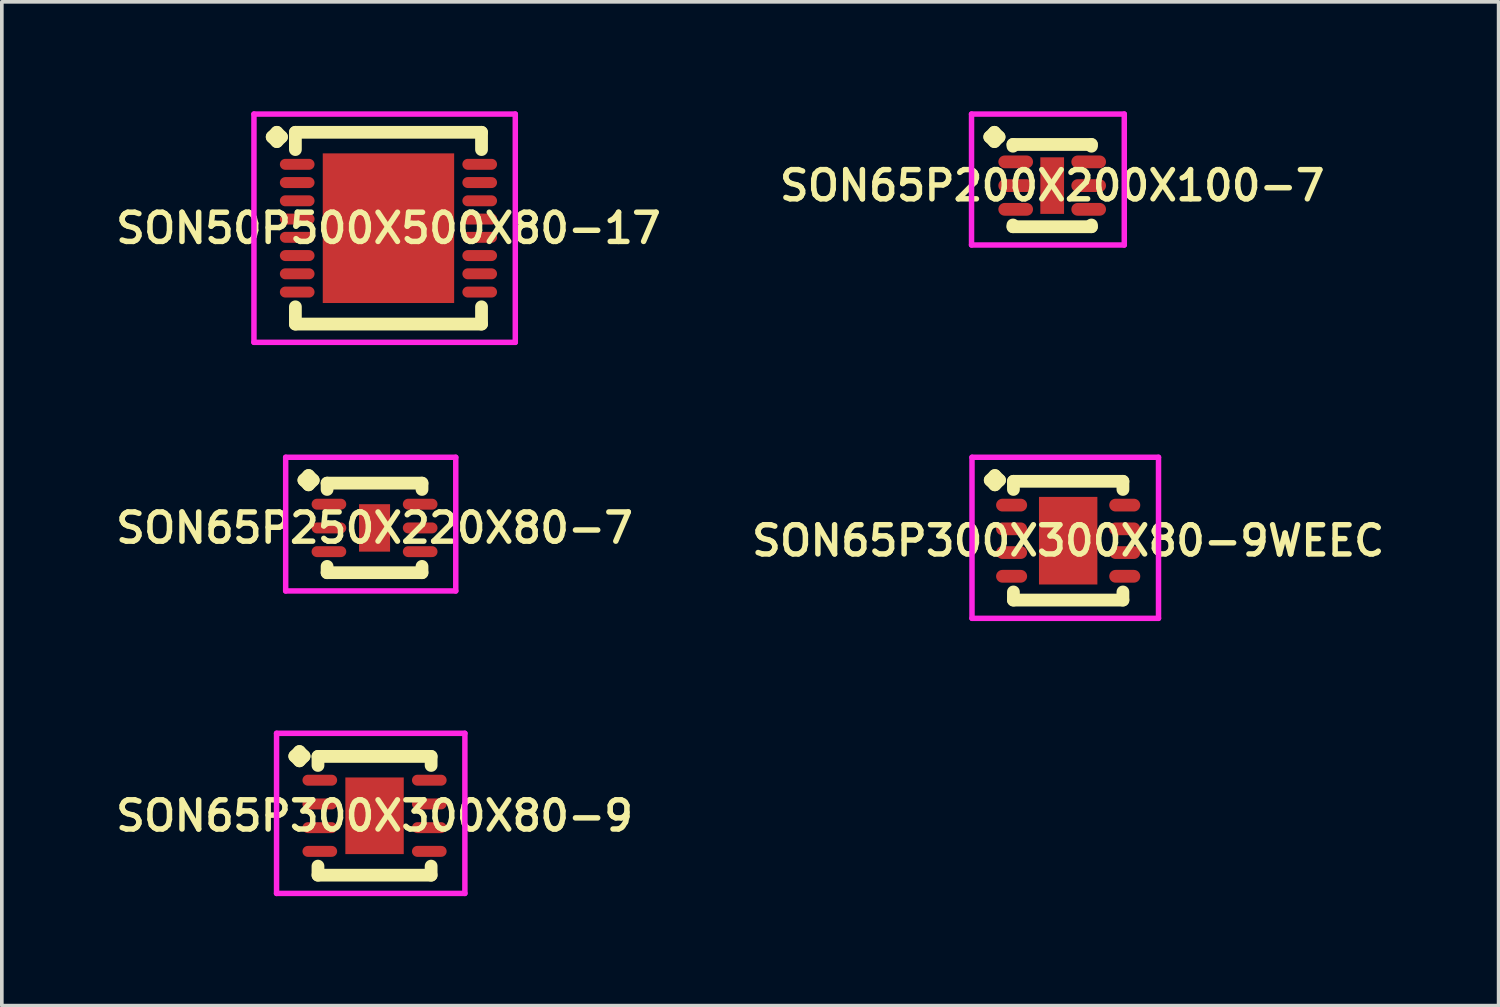
<source format=kicad_pcb>
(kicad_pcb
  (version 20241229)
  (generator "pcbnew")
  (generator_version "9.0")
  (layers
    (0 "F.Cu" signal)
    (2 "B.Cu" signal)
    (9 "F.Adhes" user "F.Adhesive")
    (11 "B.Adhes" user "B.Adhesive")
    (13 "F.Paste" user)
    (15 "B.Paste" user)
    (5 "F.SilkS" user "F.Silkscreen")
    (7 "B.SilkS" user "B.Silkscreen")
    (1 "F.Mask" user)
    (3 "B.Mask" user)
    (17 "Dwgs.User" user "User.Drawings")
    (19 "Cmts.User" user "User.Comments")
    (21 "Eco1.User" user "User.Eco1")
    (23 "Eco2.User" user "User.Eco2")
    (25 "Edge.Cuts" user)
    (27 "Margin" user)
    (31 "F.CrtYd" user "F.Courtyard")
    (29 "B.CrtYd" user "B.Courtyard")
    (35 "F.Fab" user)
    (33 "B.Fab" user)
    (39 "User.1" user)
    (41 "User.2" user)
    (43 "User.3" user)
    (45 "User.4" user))
  (footprint "SON50P500X500X80-17"
    (layer "F.Cu")
    (at 7.593 3.202)
    (property "Reference" "SON50P500X500X80-17" (at 0 0 0) (layer "F.SilkS") (effects (font (size 0.8 0.8) (thickness 0.15))))
    (attr through_hole)
    (fp_line (start -3.185 -2.5) (end -3.058 -2.627) (stroke (width 0.35) (type solid)) (layer "F.SilkS"))
    (fp_line (start -3.058 -2.627) (end -2.931 -2.5) (stroke (width 0.35) (type solid)) (layer "F.SilkS"))
    (fp_line (start -3.058 -2.373) (end -3.185 -2.5) (stroke (width 0.35) (type solid)) (layer "F.SilkS"))
    (fp_line (start -2.931 -2.5) (end -3.058 -2.373) (stroke (width 0.35) (type solid)) (layer "F.SilkS"))
    (fp_line (start -2.55 -2.627) (end 2.55 -2.627) (stroke (width 0.35) (type solid)) (layer "F.SilkS"))
    (fp_line (start -2.55 -2.154) (end -2.55 -2.627) (stroke (width 0.35) (type solid)) (layer "F.SilkS"))
    (fp_line (start -2.55 2.154) (end -2.55 2.627) (stroke (width 0.35) (type solid)) (layer "F.SilkS"))
    (fp_line (start -2.55 2.627) (end 2.55 2.627) (stroke (width 0.35) (type solid)) (layer "F.SilkS"))
    (fp_line (start 2.55 -2.627) (end 2.55 -2.154) (stroke (width 0.35) (type solid)) (layer "F.SilkS"))
    (fp_line (start 2.55 2.627) (end 2.55 2.154) (stroke (width 0.35) (type solid)) (layer "F.SilkS"))
    (fp_line (start -3.685 -3.127) (end 3.475 -3.127) (stroke (width 0.15) (type solid)) (layer "F.CrtYd"))
    (fp_line (start -3.685 3.127) (end -3.685 -3.127) (stroke (width 0.15) (type solid)) (layer "F.CrtYd"))
    (fp_line (start 3.475 -3.127) (end 3.475 3.127) (stroke (width 0.15) (type solid)) (layer "F.CrtYd"))
    (fp_line (start 3.475 3.127) (end -3.685 3.127) (stroke (width 0.15) (type solid)) (layer "F.CrtYd"))
    (pad "1" smd oval (at -2.5 -1.75) (size 0.95 0.3) (layers "F.Cu" "F.Mask" "F.Paste"))
    (pad "2" smd oval (at -2.5 -1.25) (size 0.95 0.3) (layers "F.Cu" "F.Mask" "F.Paste"))
    (pad "3" smd oval (at -2.5 -0.75) (size 0.95 0.3) (layers "F.Cu" "F.Mask" "F.Paste"))
    (pad "4" smd oval (at -2.5 -0.25) (size 0.95 0.3) (layers "F.Cu" "F.Mask" "F.Paste"))
    (pad "5" smd oval (at -2.5 0.25) (size 0.95 0.3) (layers "F.Cu" "F.Mask" "F.Paste"))
    (pad "6" smd oval (at -2.5 0.75) (size 0.95 0.3) (layers "F.Cu" "F.Mask" "F.Paste"))
    (pad "7" smd oval (at -2.5 1.25) (size 0.95 0.3) (layers "F.Cu" "F.Mask" "F.Paste"))
    (pad "8" smd oval (at -2.5 1.75) (size 0.95 0.3) (layers "F.Cu" "F.Mask" "F.Paste"))
    (pad "9" smd oval (at 2.5 1.75) (size 0.95 0.3) (layers "F.Cu" "F.Mask" "F.Paste"))
    (pad "10" smd oval (at 2.5 1.25) (size 0.95 0.3) (layers "F.Cu" "F.Mask" "F.Paste"))
    (pad "11" smd oval (at 2.5 0.75) (size 0.95 0.3) (layers "F.Cu" "F.Mask" "F.Paste"))
    (pad "12" smd oval (at 2.5 0.25) (size 0.95 0.3) (layers "F.Cu" "F.Mask" "F.Paste"))
    (pad "13" smd oval (at 2.5 -0.25) (size 0.95 0.3) (layers "F.Cu" "F.Mask" "F.Paste"))
    (pad "14" smd oval (at 2.5 -0.75) (size 0.95 0.3) (layers "F.Cu" "F.Mask" "F.Paste"))
    (pad "15" smd oval (at 2.5 -1.25) (size 0.95 0.3) (layers "F.Cu" "F.Mask" "F.Paste"))
    (pad "16" smd oval (at 2.5 -1.75) (size 0.95 0.3) (layers "F.Cu" "F.Mask" "F.Paste"))
    (pad "17" smd rect (at 0 0) (size 3.6 4.1) (layers "F.Cu" "F.Mask" "F.Paste")))
  (footprint "SON65P300X300X80-9WEEC"
    (layer "F.Cu")
    (at 26.216 11.764)
    (property "Reference" "SON65P300X300X80-9WEEC" (at 0 0 0) (layer "F.SilkS") (effects (font (size 0.8 0.8) (thickness 0.15))))
    (attr through_hole)
    (fp_line (start -2.135 -1.658) (end -2.008 -1.785) (stroke (width 0.35) (type solid)) (layer "F.SilkS"))
    (fp_line (start -2.008 -1.785) (end -1.881 -1.658) (stroke (width 0.35) (type solid)) (layer "F.SilkS"))
    (fp_line (start -2.008 -1.531) (end -2.135 -1.658) (stroke (width 0.35) (type solid)) (layer "F.SilkS"))
    (fp_line (start -1.881 -1.658) (end -2.008 -1.531) (stroke (width 0.35) (type solid)) (layer "F.SilkS"))
    (fp_line (start -1.5 -1.627) (end 1.5 -1.627) (stroke (width 0.35) (type solid)) (layer "F.SilkS"))
    (fp_line (start -1.5 -1.404) (end -1.5 -1.627) (stroke (width 0.35) (type solid)) (layer "F.SilkS"))
    (fp_line (start -1.5 1.404) (end -1.5 1.627) (stroke (width 0.35) (type solid)) (layer "F.SilkS"))
    (fp_line (start -1.5 1.627) (end 1.5 1.627) (stroke (width 0.35) (type solid)) (layer "F.SilkS"))
    (fp_line (start 1.5 -1.627) (end 1.5 -1.404) (stroke (width 0.35) (type solid)) (layer "F.SilkS"))
    (fp_line (start 1.5 1.627) (end 1.5 1.404) (stroke (width 0.35) (type solid)) (layer "F.SilkS"))
    (fp_line (start -2.635 -2.285) (end 2.475 -2.285) (stroke (width 0.15) (type solid)) (layer "F.CrtYd"))
    (fp_line (start -2.635 2.127) (end -2.635 -2.285) (stroke (width 0.15) (type solid)) (layer "F.CrtYd"))
    (fp_line (start 2.475 -2.285) (end 2.475 2.127) (stroke (width 0.15) (type solid)) (layer "F.CrtYd"))
    (fp_line (start 2.475 2.127) (end -2.635 2.127) (stroke (width 0.15) (type solid)) (layer "F.CrtYd"))
    (pad "1" smd oval (at -1.55 -0.975) (size 0.85 0.35) (layers "F.Cu" "F.Mask" "F.Paste"))
    (pad "2" smd oval (at -1.55 -0.325) (size 0.85 0.35) (layers "F.Cu" "F.Mask" "F.Paste"))
    (pad "3" smd oval (at -1.55 0.325) (size 0.85 0.35) (layers "F.Cu" "F.Mask" "F.Paste"))
    (pad "4" smd oval (at -1.55 0.975) (size 0.85 0.35) (layers "F.Cu" "F.Mask" "F.Paste"))
    (pad "5" smd oval (at 1.55 0.975) (size 0.85 0.35) (layers "F.Cu" "F.Mask" "F.Paste"))
    (pad "6" smd oval (at 1.55 0.325) (size 0.85 0.35) (layers "F.Cu" "F.Mask" "F.Paste"))
    (pad "7" smd oval (at 1.55 -0.325) (size 0.85 0.35) (layers "F.Cu" "F.Mask" "F.Paste"))
    (pad "8" smd oval (at 1.55 -0.975) (size 0.85 0.35) (layers "F.Cu" "F.Mask" "F.Paste"))
    (pad "9" smd rect (at 0 0) (size 1.6 2.4) (layers "F.Cu" "F.Mask" "F.Paste")))
  (footprint "SON65P200X200X100-7"
    (layer "F.Cu")
    (at 25.778 2.035)
    (property "Reference" "SON65P200X200X100-7" (at 0 0 0) (layer "F.SilkS") (effects (font (size 0.8 0.8) (thickness 0.15))))
    (attr smd)
    (fp_line (start -1.71 -1.333) (end -1.583 -1.46) (stroke (width 0.35) (type solid)) (layer "F.SilkS"))
    (fp_line (start -1.583 -1.46) (end -1.456 -1.333) (stroke (width 0.35) (type solid)) (layer "F.SilkS"))
    (fp_line (start -1.583 -1.206) (end -1.71 -1.333) (stroke (width 0.35) (type solid)) (layer "F.SilkS"))
    (fp_line (start -1.456 -1.333) (end -1.583 -1.206) (stroke (width 0.35) (type solid)) (layer "F.SilkS"))
    (fp_line (start -1.075 -1.127) (end 1.075 -1.127) (stroke (width 0.35) (type solid)) (layer "F.SilkS"))
    (fp_line (start -1.075 -1.079) (end -1.075 -1.127) (stroke (width 0.35) (type solid)) (layer "F.SilkS"))
    (fp_line (start -1.075 1.079) (end -1.075 1.127) (stroke (width 0.35) (type solid)) (layer "F.SilkS"))
    (fp_line (start -1.075 1.127) (end 1.075 1.127) (stroke (width 0.35) (type solid)) (layer "F.SilkS"))
    (fp_line (start 1.075 -1.127) (end 1.075 -1.079) (stroke (width 0.35) (type solid)) (layer "F.SilkS"))
    (fp_line (start 1.075 1.127) (end 1.075 1.079) (stroke (width 0.35) (type solid)) (layer "F.SilkS"))
    (fp_line (start -2.21 -1.96) (end 1.975 -1.96) (stroke (width 0.15) (type solid)) (layer "F.CrtYd"))
    (fp_line (start -2.21 1.627) (end -2.21 -1.96) (stroke (width 0.15) (type solid)) (layer "F.CrtYd"))
    (fp_line (start 1.975 -1.96) (end 1.975 1.627) (stroke (width 0.15) (type solid)) (layer "F.CrtYd"))
    (fp_line (start 1.975 1.627) (end -2.21 1.627) (stroke (width 0.15) (type solid)) (layer "F.CrtYd"))
    (pad "1" smd oval (at -1 -0.65) (size 0.95 0.35) (layers "F.Cu" "F.Mask" "F.Paste"))
    (pad "2" smd oval (at -1 0) (size 0.95 0.35) (layers "F.Cu" "F.Mask" "F.Paste"))
    (pad "3" smd oval (at -1 0.65) (size 0.95 0.35) (layers "F.Cu" "F.Mask" "F.Paste"))
    (pad "4" smd oval (at 1 0.65) (size 0.95 0.35) (layers "F.Cu" "F.Mask" "F.Paste"))
    (pad "5" smd oval (at 1 0) (size 0.95 0.35) (layers "F.Cu" "F.Mask" "F.Paste"))
    (pad "6" smd oval (at 1 -0.65) (size 0.95 0.35) (layers "F.Cu" "F.Mask" "F.Paste"))
    (pad "7" smd rect (at 0 0) (size 0.65 1.55) (layers "F.Cu" "F.Mask" "F.Paste")))
  (footprint "SON65P300X300X80-9"
    (layer "F.Cu")
    (at 7.212 19.301)
    (property "Reference" "SON65P300X300X80-9" (at 0 0 0) (layer "F.SilkS") (effects (font (size 0.8 0.8) (thickness 0.15))))
    (attr smd)
    (fp_line (start -2.185 -1.633) (end -2.058 -1.76) (stroke (width 0.35) (type solid)) (layer "F.SilkS"))
    (fp_line (start -2.058 -1.76) (end -1.931 -1.633) (stroke (width 0.35) (type solid)) (layer "F.SilkS"))
    (fp_line (start -2.058 -1.506) (end -2.185 -1.633) (stroke (width 0.35) (type solid)) (layer "F.SilkS"))
    (fp_line (start -1.931 -1.633) (end -2.058 -1.506) (stroke (width 0.35) (type solid)) (layer "F.SilkS"))
    (fp_line (start -1.55 -1.627) (end 1.55 -1.627) (stroke (width 0.35) (type solid)) (layer "F.SilkS"))
    (fp_line (start -1.55 -1.379) (end -1.55 -1.627) (stroke (width 0.35) (type solid)) (layer "F.SilkS"))
    (fp_line (start -1.55 1.379) (end -1.55 1.627) (stroke (width 0.35) (type solid)) (layer "F.SilkS"))
    (fp_line (start -1.55 1.627) (end 1.55 1.627) (stroke (width 0.35) (type solid)) (layer "F.SilkS"))
    (fp_line (start 1.55 -1.627) (end 1.55 -1.379) (stroke (width 0.35) (type solid)) (layer "F.SilkS"))
    (fp_line (start 1.55 1.627) (end 1.55 1.379) (stroke (width 0.35) (type solid)) (layer "F.SilkS"))
    (fp_line (start -2.685 -2.26) (end 2.475 -2.26) (stroke (width 0.15) (type solid)) (layer "F.CrtYd"))
    (fp_line (start -2.685 2.127) (end -2.685 -2.26) (stroke (width 0.15) (type solid)) (layer "F.CrtYd"))
    (fp_line (start 2.475 -2.26) (end 2.475 2.127) (stroke (width 0.15) (type solid)) (layer "F.CrtYd"))
    (fp_line (start 2.475 2.127) (end -2.685 2.127) (stroke (width 0.15) (type solid)) (layer "F.CrtYd"))
    (pad "1" smd oval (at -1.5 -0.975) (size 0.95 0.3) (layers "F.Cu" "F.Mask" "F.Paste"))
    (pad "2" smd oval (at -1.5 -0.325) (size 0.95 0.3) (layers "F.Cu" "F.Mask" "F.Paste"))
    (pad "3" smd oval (at -1.5 0.325) (size 0.95 0.3) (layers "F.Cu" "F.Mask" "F.Paste"))
    (pad "4" smd oval (at -1.5 0.975) (size 0.95 0.3) (layers "F.Cu" "F.Mask" "F.Paste"))
    (pad "5" smd oval (at 1.5 0.975) (size 0.95 0.3) (layers "F.Cu" "F.Mask" "F.Paste"))
    (pad "6" smd oval (at 1.5 0.325) (size 0.95 0.3) (layers "F.Cu" "F.Mask" "F.Paste"))
    (pad "7" smd oval (at 1.5 -0.325) (size 0.95 0.3) (layers "F.Cu" "F.Mask" "F.Paste"))
    (pad "8" smd oval (at 1.5 -0.975) (size 0.95 0.3) (layers "F.Cu" "F.Mask" "F.Paste"))
    (pad "9" smd rect (at 0 0) (size 1.6 2.1) (layers "F.Cu" "F.Mask" "F.Paste")))
  (footprint "SON65P250X220X80-7"
    (layer "F.Cu")
    (at 7.212 11.414)
    (property "Reference" "SON65P250X220X80-7" (at 0 0 0) (layer "F.SilkS") (effects (font (size 0.8 0.8) (thickness 0.15))))
    (attr smd)
    (fp_line (start -1.935 -1.308) (end -1.808 -1.435) (stroke (width 0.35) (type solid)) (layer "F.SilkS"))
    (fp_line (start -1.808 -1.435) (end -1.681 -1.308) (stroke (width 0.35) (type solid)) (layer "F.SilkS"))
    (fp_line (start -1.808 -1.181) (end -1.935 -1.308) (stroke (width 0.35) (type solid)) (layer "F.SilkS"))
    (fp_line (start -1.681 -1.308) (end -1.808 -1.181) (stroke (width 0.35) (type solid)) (layer "F.SilkS"))
    (fp_line (start -1.3 -1.227) (end 1.3 -1.227) (stroke (width 0.35) (type solid)) (layer "F.SilkS"))
    (fp_line (start -1.3 -1.054) (end -1.3 -1.227) (stroke (width 0.35) (type solid)) (layer "F.SilkS"))
    (fp_line (start -1.3 1.054) (end -1.3 1.227) (stroke (width 0.35) (type solid)) (layer "F.SilkS"))
    (fp_line (start -1.3 1.227) (end 1.3 1.227) (stroke (width 0.35) (type solid)) (layer "F.SilkS"))
    (fp_line (start 1.3 -1.227) (end 1.3 -1.054) (stroke (width 0.35) (type solid)) (layer "F.SilkS"))
    (fp_line (start 1.3 1.227) (end 1.3 1.054) (stroke (width 0.35) (type solid)) (layer "F.SilkS"))
    (fp_line (start -2.435 -1.935) (end 2.225 -1.935) (stroke (width 0.15) (type solid)) (layer "F.CrtYd"))
    (fp_line (start -2.435 1.727) (end -2.435 -1.935) (stroke (width 0.15) (type solid)) (layer "F.CrtYd"))
    (fp_line (start 2.225 -1.935) (end 2.225 1.727) (stroke (width 0.15) (type solid)) (layer "F.CrtYd"))
    (fp_line (start 2.225 1.727) (end -2.435 1.727) (stroke (width 0.15) (type solid)) (layer "F.CrtYd"))
    (pad "1" smd oval (at -1.25 -0.65) (size 0.95 0.3) (layers "F.Cu" "F.Mask" "F.Paste"))
    (pad "2" smd oval (at -1.25 0) (size 0.95 0.3) (layers "F.Cu" "F.Mask" "F.Paste"))
    (pad "3" smd oval (at -1.25 0.65) (size 0.95 0.3) (layers "F.Cu" "F.Mask" "F.Paste"))
    (pad "4" smd oval (at 1.25 0.65) (size 0.95 0.3) (layers "F.Cu" "F.Mask" "F.Paste"))
    (pad "5" smd oval (at 1.25 0) (size 0.95 0.3) (layers "F.Cu" "F.Mask" "F.Paste"))
    (pad "6" smd oval (at 1.25 -0.65) (size 0.95 0.3) (layers "F.Cu" "F.Mask" "F.Paste"))
    (pad "7" smd rect (at 0 0) (size 0.85 1.3) (layers "F.Cu" "F.Mask" "F.Paste")))
  (gr_rect
    (start -3 -3)
    (end 38.009 24.503)
    (stroke (width 0.1) (type default))
    (fill no)
    (layer "Edge.Cuts")))
</source>
